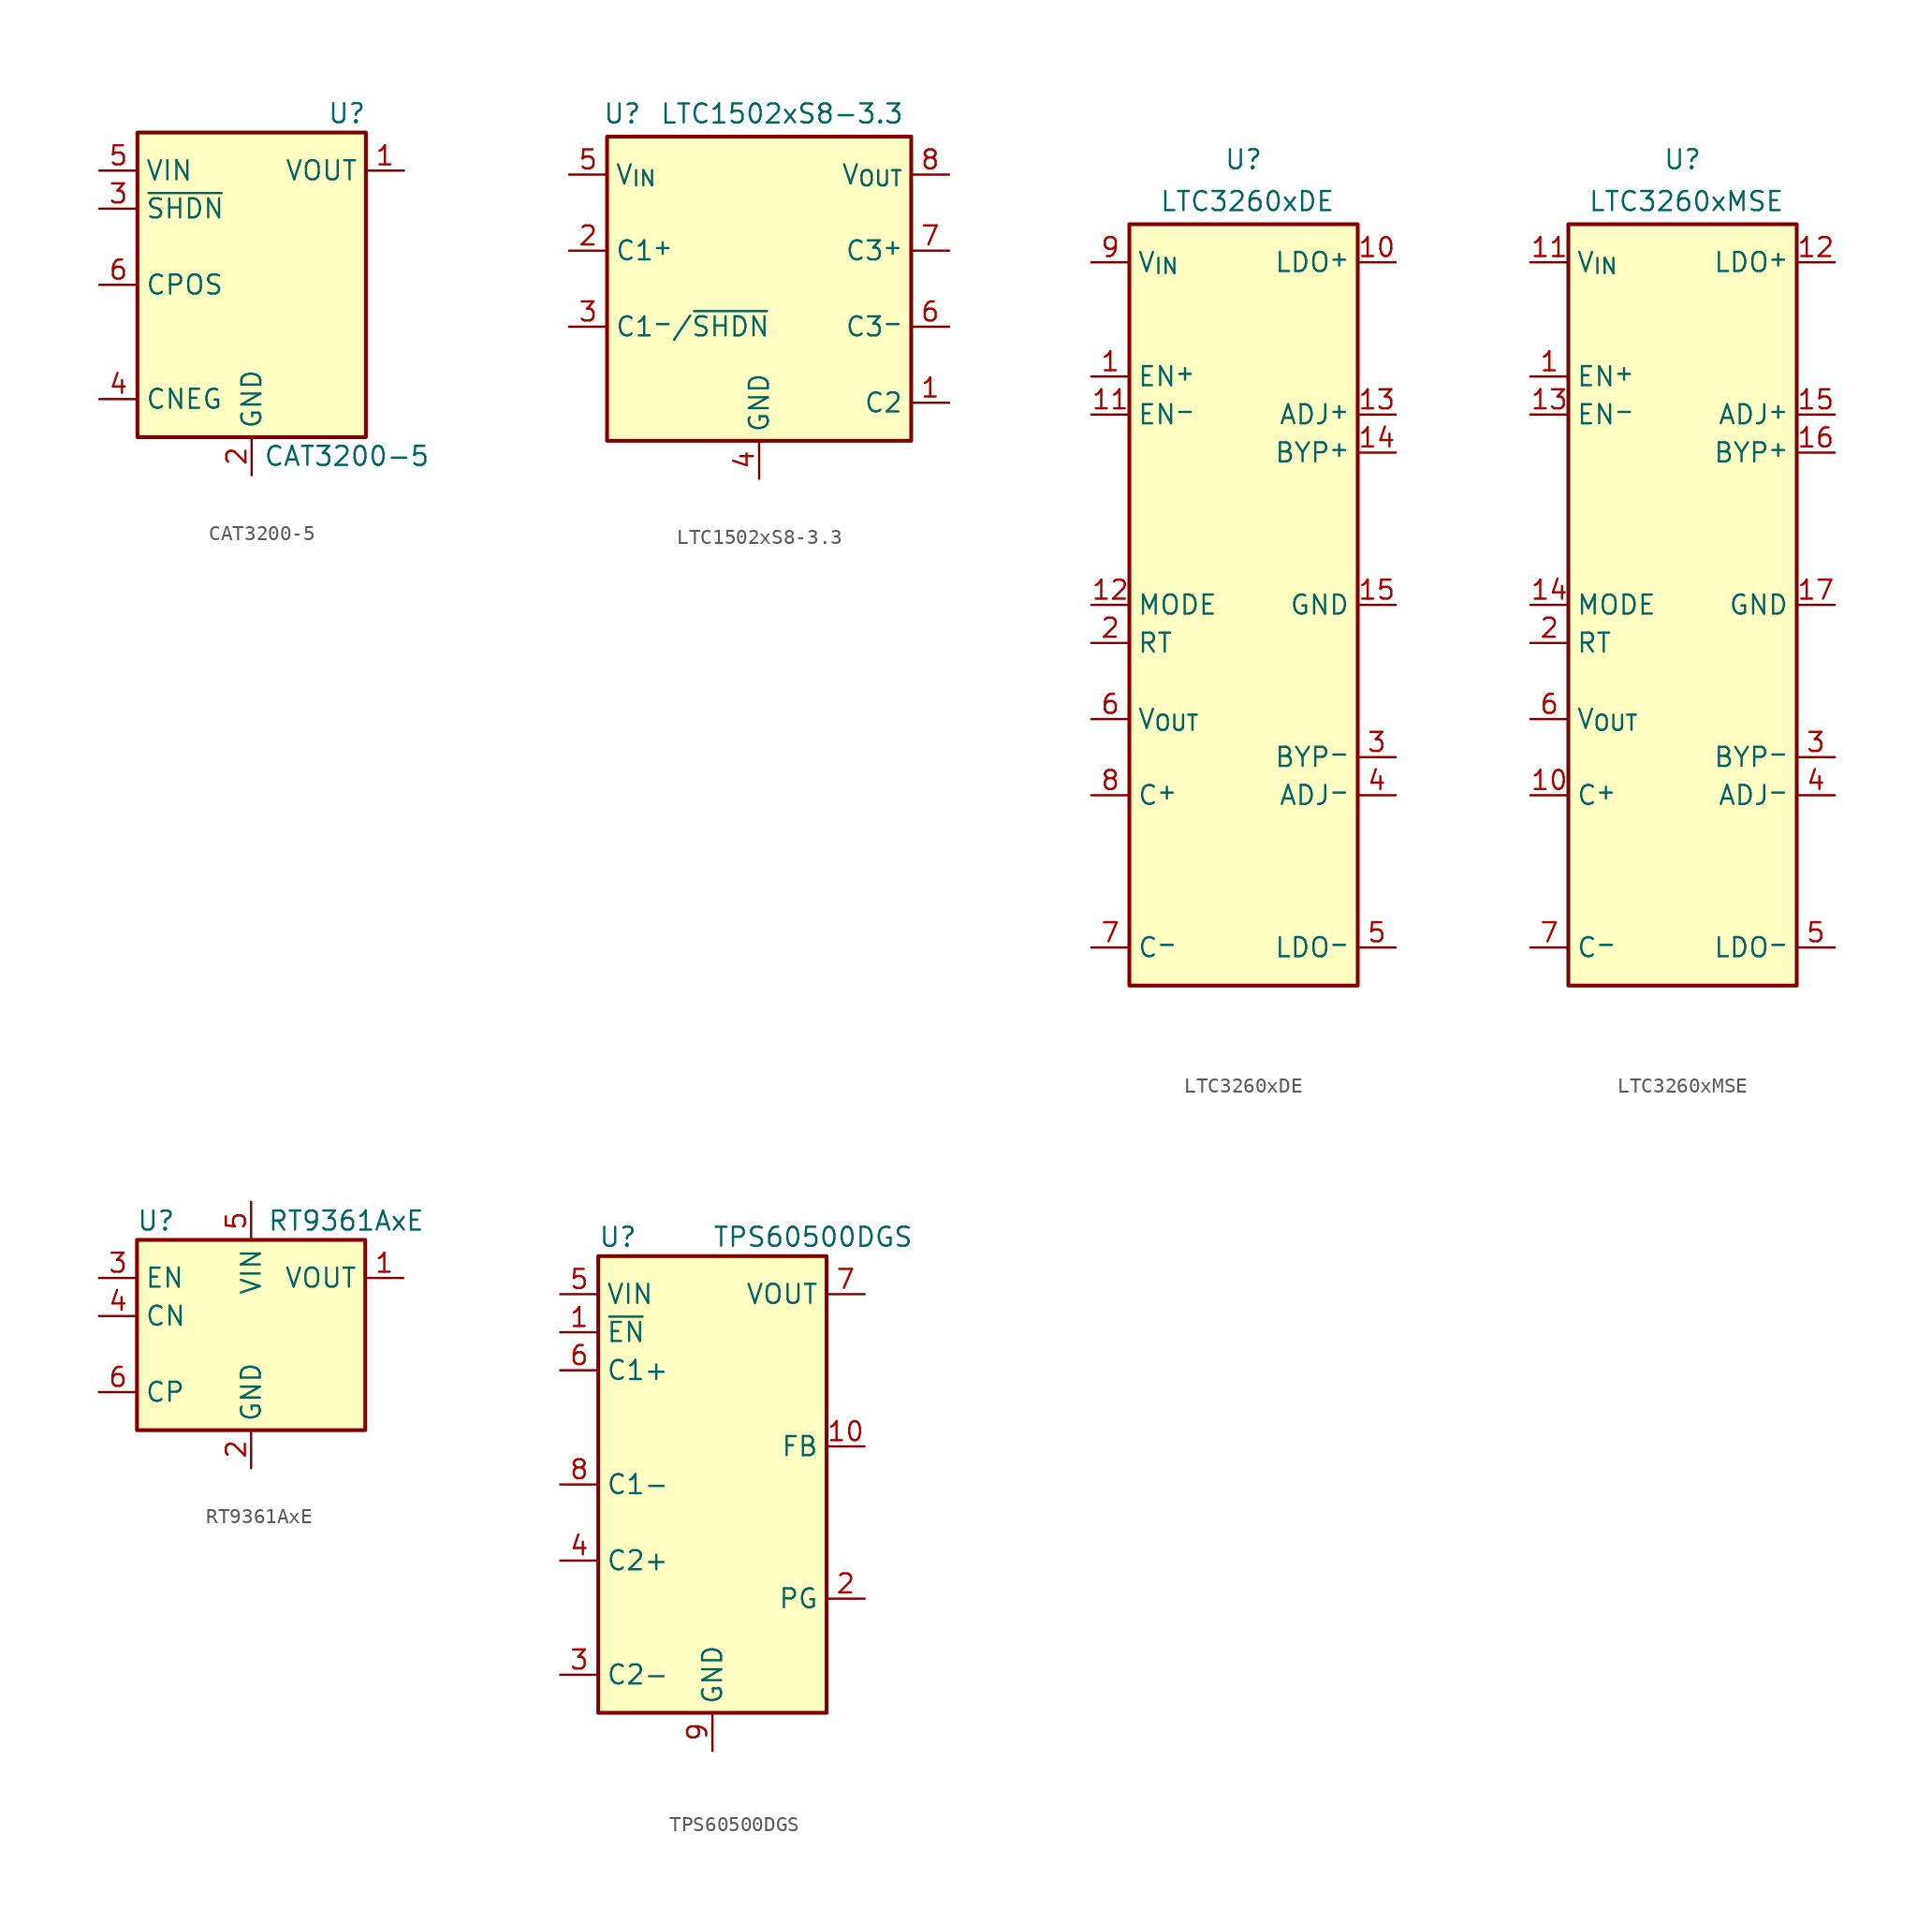
<source format=kicad_sym>
(kicad_symbol_lib
  (version 20241209)
  (generator "kicad_symbol_editor")
  (generator_version "9.0")
  (symbol "CAT3200-5"
    (property "Reference" "U"
      (at 6.35 11.43 0)
      (effects (font (size 1.27 1.27))))
    (property "Value" "CAT3200-5"
      (at 6.35 -11.43 0)
      (effects (font (size 1.27 1.27))))
    (symbol "CAT3200-5_0_1"
      (rectangle (start -7.62 10.16) (end 7.62 -10.16) (stroke (width 0.254) (type default)) (fill (type background))))
    (symbol "CAT3200-5_1_1"
      (pin power_in line (at -10.16 7.62 0) (length 2.54) (name "VIN" (effects (font (size 1.27 1.27)))) (number "5" (effects (font (size 1.27 1.27)))))
      (pin input line (at -10.16 5.08 0) (length 2.54) (name "~{SHDN}" (effects (font (size 1.27 1.27)))) (number "3" (effects (font (size 1.27 1.27)))))
      (pin passive line (at -10.16 0 0) (length 2.54) (name "CPOS" (effects (font (size 1.27 1.27)))) (number "6" (effects (font (size 1.27 1.27)))))
      (pin passive line (at -10.16 -7.62 0) (length 2.54) (name "CNEG" (effects (font (size 1.27 1.27)))) (number "4" (effects (font (size 1.27 1.27)))))
      (pin power_in line (at 0 -12.7 90) (length 2.54) (name "GND" (effects (font (size 1.27 1.27)))) (number "2" (effects (font (size 1.27 1.27)))))
      (pin power_out line (at 10.16 7.62 180) (length 2.54) (name "VOUT" (effects (font (size 1.27 1.27)))) (number "1" (effects (font (size 1.27 1.27)))))))
  (symbol "LTC1502xS8-3.3"
    (property "Reference" "U"
      (at -9.144 11.684 0)
      (effects (font (size 1.27 1.27))))
    (property "Value" "LTC1502xS8-3.3"
      (at 1.524 11.684 0)
      (effects (font (size 1.27 1.27))))
    (symbol "LTC1502xS8-3.3_0_1"
      (rectangle (start -10.16 10.16) (end 10.16 -10.16) (stroke (width 0.254) (type default)) (fill (type background))))
    (symbol "LTC1502xS8-3.3_1_1"
      (pin power_in line (at -12.7 7.62 0) (length 2.54) (name "V_{IN}" (effects (font (size 1.27 1.27)))) (number "5" (effects (font (size 1.27 1.27)))))
      (pin passive line (at -12.7 2.54 0) (length 2.54) (name "C1^{+}" (effects (font (size 1.27 1.27)))) (number "2" (effects (font (size 1.27 1.27)))))
      (pin output line (at -12.7 -2.54 0) (length 2.54) (name "C1^{-}/~{SHDN}" (effects (font (size 1.27 1.27)))) (number "3" (effects (font (size 1.27 1.27)))))
      (pin power_in line (at 0 -12.7 90) (length 2.54) (name "GND" (effects (font (size 1.27 1.27)))) (number "4" (effects (font (size 1.27 1.27)))))
      (pin power_out line (at 12.7 7.62 180) (length 2.54) (name "V_{OUT}" (effects (font (size 1.27 1.27)))) (number "8" (effects (font (size 1.27 1.27)))))
      (pin passive line (at 12.7 2.54 180) (length 2.54) (name "C3^{+}" (effects (font (size 1.27 1.27)))) (number "7" (effects (font (size 1.27 1.27)))))
      (pin passive line (at 12.7 -2.54 180) (length 2.54) (name "C3^{-}" (effects (font (size 1.27 1.27)))) (number "6" (effects (font (size 1.27 1.27)))))
      (pin passive line (at 12.7 -7.62 180) (length 2.54) (name "C2" (effects (font (size 1.27 1.27)))) (number "1" (effects (font (size 1.27 1.27)))))))
  (symbol "LTC3260xDE"
    (property "Reference" "U"
      (at 0 29.718 0)
      (effects (font (size 1.27 1.27))))
    (property "Value" "LTC3260xDE"
      (at 0.254 26.924 0)
      (effects (font (size 1.27 1.27))))
    (symbol "LTC3260xDE_1_1"
      (rectangle (start -7.62 25.4) (end 7.62 -25.4) (stroke (width 0.254) (type default)) (fill (type background)))
      (pin power_in line (at -10.16 22.86 0) (length 2.54) (name "V_{IN}" (effects (font (size 1.27 1.27)))) (number "9" (effects (font (size 1.27 1.27)))))
      (pin input line (at -10.16 15.24 0) (length 2.54) (name "EN^{+}" (effects (font (size 1.27 1.27)))) (number "1" (effects (font (size 1.27 1.27)))))
      (pin input line (at -10.16 12.7 0) (length 2.54) (name "EN^{-}" (effects (font (size 1.27 1.27)))) (number "11" (effects (font (size 1.27 1.27)))))
      (pin input line (at -10.16 0 0) (length 2.54) (name "MODE" (effects (font (size 1.27 1.27)))) (number "12" (effects (font (size 1.27 1.27)))))
      (pin input line (at -10.16 -2.54 0) (length 2.54) (name "RT" (effects (font (size 1.27 1.27)))) (number "2" (effects (font (size 1.27 1.27)))))
      (pin passive line (at -10.16 -7.62 0) (length 2.54) (name "V_{OUT}" (effects (font (size 1.27 1.27)))) (number "6" (effects (font (size 1.27 1.27)))))
      (pin passive line (at -10.16 -12.7 0) (length 2.54) (name "C^{+}" (effects (font (size 1.27 1.27)))) (number "8" (effects (font (size 1.27 1.27)))))
      (pin passive line (at -10.16 -22.86 0) (length 2.54) (name "C^{-}" (effects (font (size 1.27 1.27)))) (number "7" (effects (font (size 1.27 1.27)))))
      (pin power_out line (at 10.16 22.86 180) (length 2.54) (name "LDO^{+}" (effects (font (size 1.27 1.27)))) (number "10" (effects (font (size 1.27 1.27)))))
      (pin input line (at 10.16 12.7 180) (length 2.54) (name "ADJ^{+}" (effects (font (size 1.27 1.27)))) (number "13" (effects (font (size 1.27 1.27)))))
      (pin passive line (at 10.16 10.16 180) (length 2.54) (name "BYP^{+}" (effects (font (size 1.27 1.27)))) (number "14" (effects (font (size 1.27 1.27)))))
      (pin power_in line (at 10.16 0 180) (length 2.54) (name "GND" (effects (font (size 1.27 1.27)))) (number "15" (effects (font (size 1.27 1.27)))))
      (pin passive line (at 10.16 -10.16 180) (length 2.54) (name "BYP^{-}" (effects (font (size 1.27 1.27)))) (number "3" (effects (font (size 1.27 1.27)))))
      (pin input line (at 10.16 -12.7 180) (length 2.54) (name "ADJ^{-}" (effects (font (size 1.27 1.27)))) (number "4" (effects (font (size 1.27 1.27)))))
      (pin power_out line (at 10.16 -22.86 180) (length 2.54) (name "LDO^{-}" (effects (font (size 1.27 1.27)))) (number "5" (effects (font (size 1.27 1.27)))))))
  (symbol "LTC3260xMSE"
    (property "Reference" "U"
      (at 0 29.718 0)
      (effects (font (size 1.27 1.27))))
    (property "Value" "LTC3260xMSE"
      (at 0.254 26.924 0)
      (effects (font (size 1.27 1.27))))
    (symbol "LTC3260xMSE_1_1"
      (rectangle (start -7.62 25.4) (end 7.62 -25.4) (stroke (width 0.254) (type default)) (fill (type background)))
      (pin power_in line (at -10.16 22.86 0) (length 2.54) (name "V_{IN}" (effects (font (size 1.27 1.27)))) (number "11" (effects (font (size 1.27 1.27)))))
      (pin input line (at -10.16 15.24 0) (length 2.54) (name "EN^{+}" (effects (font (size 1.27 1.27)))) (number "1" (effects (font (size 1.27 1.27)))))
      (pin input line (at -10.16 12.7 0) (length 2.54) (name "EN^{-}" (effects (font (size 1.27 1.27)))) (number "13" (effects (font (size 1.27 1.27)))))
      (pin input line (at -10.16 0 0) (length 2.54) (name "MODE" (effects (font (size 1.27 1.27)))) (number "14" (effects (font (size 1.27 1.27)))))
      (pin input line (at -10.16 -2.54 0) (length 2.54) (name "RT" (effects (font (size 1.27 1.27)))) (number "2" (effects (font (size 1.27 1.27)))))
      (pin passive line (at -10.16 -7.62 0) (length 2.54) (name "V_{OUT}" (effects (font (size 1.27 1.27)))) (number "6" (effects (font (size 1.27 1.27)))))
      (pin passive line (at -10.16 -12.7 0) (length 2.54) (name "C^{+}" (effects (font (size 1.27 1.27)))) (number "10" (effects (font (size 1.27 1.27)))))
      (pin passive line (at -10.16 -22.86 0) (length 2.54) (name "C^{-}" (effects (font (size 1.27 1.27)))) (number "7" (effects (font (size 1.27 1.27)))))
      (pin no_connect line (at -2.54 -25.4 90) (length 2.54) (hide yes) (name "NC" (effects (font (size 1.27 1.27)))) (number "8" (effects (font (size 1.27 1.27)))))
      (pin no_connect line (at 0 -25.4 90) (length 2.54) (hide yes) (name "NC" (effects (font (size 1.27 1.27)))) (number "9" (effects (font (size 1.27 1.27)))))
      (pin power_out line (at 10.16 22.86 180) (length 2.54) (name "LDO^{+}" (effects (font (size 1.27 1.27)))) (number "12" (effects (font (size 1.27 1.27)))))
      (pin input line (at 10.16 12.7 180) (length 2.54) (name "ADJ^{+}" (effects (font (size 1.27 1.27)))) (number "15" (effects (font (size 1.27 1.27)))))
      (pin passive line (at 10.16 10.16 180) (length 2.54) (name "BYP^{+}" (effects (font (size 1.27 1.27)))) (number "16" (effects (font (size 1.27 1.27)))))
      (pin power_in line (at 10.16 0 180) (length 2.54) (name "GND" (effects (font (size 1.27 1.27)))) (number "17" (effects (font (size 1.27 1.27)))))
      (pin passive line (at 10.16 -10.16 180) (length 2.54) (name "BYP^{-}" (effects (font (size 1.27 1.27)))) (number "3" (effects (font (size 1.27 1.27)))))
      (pin input line (at 10.16 -12.7 180) (length 2.54) (name "ADJ^{-}" (effects (font (size 1.27 1.27)))) (number "4" (effects (font (size 1.27 1.27)))))
      (pin power_out line (at 10.16 -22.86 180) (length 2.54) (name "LDO^{-}" (effects (font (size 1.27 1.27)))) (number "5" (effects (font (size 1.27 1.27)))))))
  (symbol "RT9361AxE"
    (property "Reference" "U"
      (at -6.35 6.35 0)
      (effects (font (size 1.27 1.27))))
    (property "Value" "RT9361AxE"
      (at 6.35 6.35 0)
      (effects (font (size 1.27 1.27))))
    (symbol "RT9361AxE_1_1"
      (rectangle (start -7.62 5.08) (end 7.62 -7.62) (stroke (width 0.254) (type default)) (fill (type background)))
      (pin input line (at -10.16 2.54 0) (length 2.54) (name "EN" (effects (font (size 1.27 1.27)))) (number "3" (effects (font (size 1.27 1.27)))))
      (pin passive line (at -10.16 0 0) (length 2.54) (name "CN" (effects (font (size 1.27 1.27)))) (number "4" (effects (font (size 1.27 1.27)))))
      (pin passive line (at -10.16 -5.08 0) (length 2.54) (name "CP" (effects (font (size 1.27 1.27)))) (number "6" (effects (font (size 1.27 1.27)))))
      (pin power_in line (at 0 7.62 270) (length 2.54) (name "VIN" (effects (font (size 1.27 1.27)))) (number "5" (effects (font (size 1.27 1.27)))))
      (pin power_in line (at 0 -10.16 90) (length 2.54) (name "GND" (effects (font (size 1.27 1.27)))) (number "2" (effects (font (size 1.27 1.27)))))
      (pin power_out line (at 10.16 2.54 180) (length 2.54) (name "VOUT" (effects (font (size 1.27 1.27)))) (number "1" (effects (font (size 1.27 1.27)))))))
  (symbol "TPS60500DGS"
    (property "Reference" "U"
      (at -7.62 16.51 0)
      (effects (font (size 1.27 1.27)) (justify left)))
    (property "Value" "TPS60500DGS"
      (at 0 16.51 0)
      (effects (font (size 1.27 1.27)) (justify left)))
    (symbol "TPS60500DGS_0_1"
      (rectangle (start -7.62 15.24) (end 7.62 -15.24) (stroke (width 0.254) (type default)) (fill (type background))))
    (symbol "TPS60500DGS_1_1"
      (pin power_in line (at -10.16 12.7 0) (length 2.54) (name "VIN" (effects (font (size 1.27 1.27)))) (number "5" (effects (font (size 1.27 1.27)))))
      (pin input line (at -10.16 10.16 0) (length 2.54) (name "~{EN}" (effects (font (size 1.27 1.27)))) (number "1" (effects (font (size 1.27 1.27)))))
      (pin passive line (at -10.16 7.62 0) (length 2.54) (name "C1+" (effects (font (size 1.27 1.27)))) (number "6" (effects (font (size 1.27 1.27)))))
      (pin passive line (at -10.16 0 0) (length 2.54) (name "C1-" (effects (font (size 1.27 1.27)))) (number "8" (effects (font (size 1.27 1.27)))))
      (pin passive line (at -10.16 -5.08 0) (length 2.54) (name "C2+" (effects (font (size 1.27 1.27)))) (number "4" (effects (font (size 1.27 1.27)))))
      (pin passive line (at -10.16 -12.7 0) (length 2.54) (name "C2-" (effects (font (size 1.27 1.27)))) (number "3" (effects (font (size 1.27 1.27)))))
      (pin power_in line (at 0 -17.78 90) (length 2.54) (name "GND" (effects (font (size 1.27 1.27)))) (number "9" (effects (font (size 1.27 1.27)))))
      (pin power_out line (at 10.16 12.7 180) (length 2.54) (name "VOUT" (effects (font (size 1.27 1.27)))) (number "7" (effects (font (size 1.27 1.27)))))
      (pin input line (at 10.16 2.54 180) (length 2.54) (name "FB" (effects (font (size 1.27 1.27)))) (number "10" (effects (font (size 1.27 1.27)))))
      (pin open_collector line (at 10.16 -7.62 180) (length 2.54) (name "PG" (effects (font (size 1.27 1.27)))) (number "2" (effects (font (size 1.27 1.27))))))))
</source>
